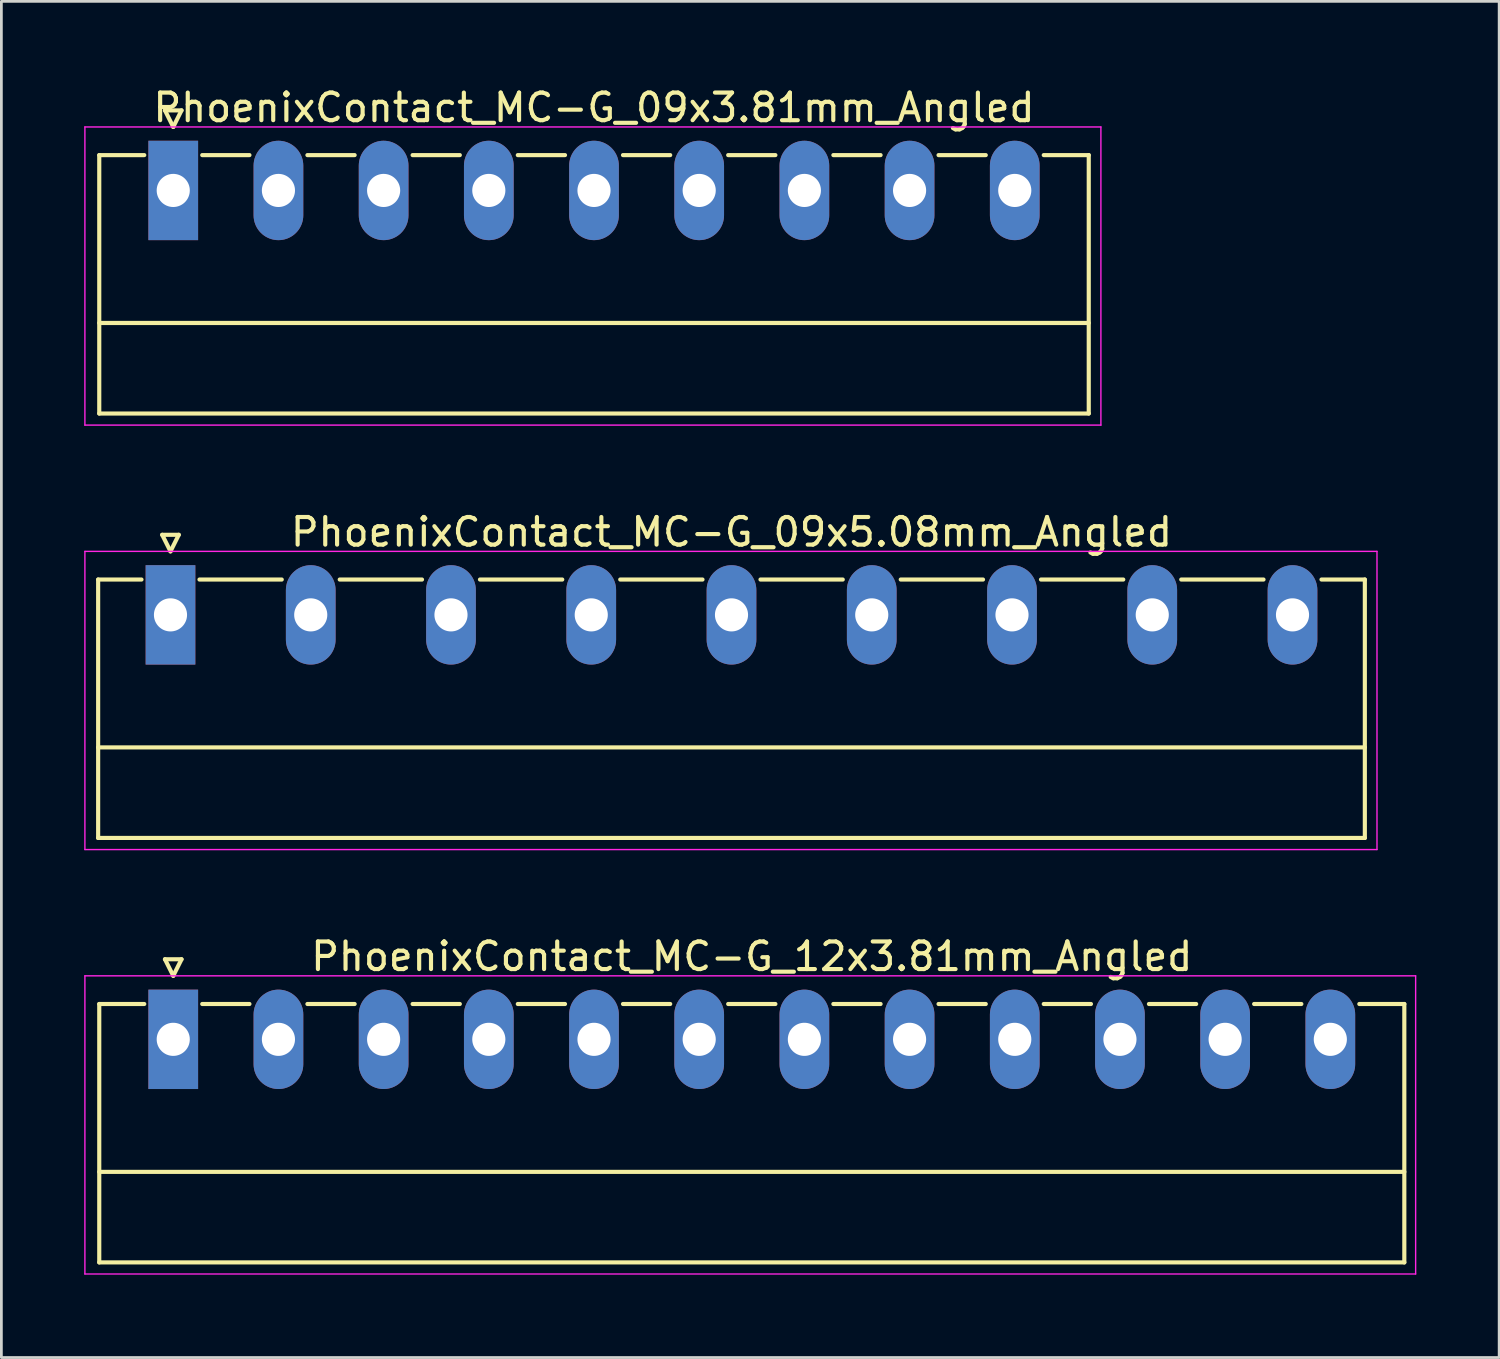
<source format=kicad_pcb>
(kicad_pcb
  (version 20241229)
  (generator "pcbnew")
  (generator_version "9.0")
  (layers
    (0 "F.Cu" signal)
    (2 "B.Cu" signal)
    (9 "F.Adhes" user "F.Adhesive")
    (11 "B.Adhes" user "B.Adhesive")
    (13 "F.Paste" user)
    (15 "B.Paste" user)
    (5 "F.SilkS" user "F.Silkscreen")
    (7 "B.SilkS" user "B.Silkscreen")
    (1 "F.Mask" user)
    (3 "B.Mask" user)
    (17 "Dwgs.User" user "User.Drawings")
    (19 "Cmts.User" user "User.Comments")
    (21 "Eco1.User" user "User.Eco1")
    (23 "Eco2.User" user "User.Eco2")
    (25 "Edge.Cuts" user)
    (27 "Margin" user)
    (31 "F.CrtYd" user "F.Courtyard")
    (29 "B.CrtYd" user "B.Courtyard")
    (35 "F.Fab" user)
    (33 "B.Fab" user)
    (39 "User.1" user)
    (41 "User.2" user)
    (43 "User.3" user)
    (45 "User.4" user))
  (footprint "PhoenixContact_MC-G_12x3.81mm_Angled"
    (layer "F.Cu")
    (at 3.225 34.595)
    (property "Reference" "PhoenixContact_MC-G_12x3.81mm_Angled" (at 20.955 -3 0) (layer "F.SilkS") (effects (font (size 1 1) (thickness 0.15))))
    (attr through_hole)
    (fp_line (start -2.68 -1.28) (end -2.68 8.08) (stroke (width 0.15) (type solid)) (layer "F.SilkS"))
    (fp_line (start -2.68 -1.28) (end -1.05 -1.28) (stroke (width 0.15) (type solid)) (layer "F.SilkS"))
    (fp_line (start -2.68 4.8) (end 44.59 4.8) (stroke (width 0.15) (type solid)) (layer "F.SilkS"))
    (fp_line (start -2.68 8.08) (end 44.59 8.08) (stroke (width 0.15) (type solid)) (layer "F.SilkS"))
    (fp_line (start -0.3 -2.9) (end 0 -2.3) (stroke (width 0.15) (type solid)) (layer "F.SilkS"))
    (fp_line (start 0 -2.3) (end 0.3 -2.9) (stroke (width 0.15) (type solid)) (layer "F.SilkS"))
    (fp_line (start 0.3 -2.9) (end -0.3 -2.9) (stroke (width 0.15) (type solid)) (layer "F.SilkS"))
    (fp_line (start 1.05 -1.28) (end 2.76 -1.28) (stroke (width 0.15) (type solid)) (layer "F.SilkS"))
    (fp_line (start 4.86 -1.28) (end 6.57 -1.28) (stroke (width 0.15) (type solid)) (layer "F.SilkS"))
    (fp_line (start 8.67 -1.28) (end 10.38 -1.28) (stroke (width 0.15) (type solid)) (layer "F.SilkS"))
    (fp_line (start 12.48 -1.28) (end 14.19 -1.28) (stroke (width 0.15) (type solid)) (layer "F.SilkS"))
    (fp_line (start 16.29 -1.28) (end 18 -1.28) (stroke (width 0.15) (type solid)) (layer "F.SilkS"))
    (fp_line (start 20.1 -1.28) (end 21.81 -1.28) (stroke (width 0.15) (type solid)) (layer "F.SilkS"))
    (fp_line (start 23.91 -1.28) (end 25.62 -1.28) (stroke (width 0.15) (type solid)) (layer "F.SilkS"))
    (fp_line (start 27.72 -1.28) (end 29.43 -1.28) (stroke (width 0.15) (type solid)) (layer "F.SilkS"))
    (fp_line (start 31.53 -1.28) (end 33.24 -1.28) (stroke (width 0.15) (type solid)) (layer "F.SilkS"))
    (fp_line (start 35.34 -1.28) (end 37.05 -1.28) (stroke (width 0.15) (type solid)) (layer "F.SilkS"))
    (fp_line (start 39.15 -1.28) (end 40.86 -1.28) (stroke (width 0.15) (type solid)) (layer "F.SilkS"))
    (fp_line (start 44.59 -1.28) (end 42.96 -1.28) (stroke (width 0.15) (type solid)) (layer "F.SilkS"))
    (fp_line (start 44.59 8.08) (end 44.59 -1.28) (stroke (width 0.15) (type solid)) (layer "F.SilkS"))
    (fp_line (start -3.2 -2.3) (end -3.2 8.5) (stroke (width 0.05) (type solid)) (layer "F.CrtYd"))
    (fp_line (start -3.2 8.5) (end 45 8.5) (stroke (width 0.05) (type solid)) (layer "F.CrtYd"))
    (fp_line (start 45 -2.3) (end -3.2 -2.3) (stroke (width 0.05) (type solid)) (layer "F.CrtYd"))
    (fp_line (start 45 8.5) (end 45 -2.3) (stroke (width 0.05) (type solid)) (layer "F.CrtYd"))
    (pad "1" thru_hole rect (at 0 0) (size 1.8 3.6) (drill 1.2) (layers "*.Cu" "*.Mask"))
    (pad "2" thru_hole oval (at 3.81 0) (size 1.8 3.6) (drill 1.2) (layers "*.Cu" "*.Mask"))
    (pad "3" thru_hole oval (at 7.62 0) (size 1.8 3.6) (drill 1.2) (layers "*.Cu" "*.Mask"))
    (pad "4" thru_hole oval (at 11.43 0) (size 1.8 3.6) (drill 1.2) (layers "*.Cu" "*.Mask"))
    (pad "5" thru_hole oval (at 15.24 0) (size 1.8 3.6) (drill 1.2) (layers "*.Cu" "*.Mask"))
    (pad "6" thru_hole oval (at 19.05 0) (size 1.8 3.6) (drill 1.2) (layers "*.Cu" "*.Mask"))
    (pad "7" thru_hole oval (at 22.86 0) (size 1.8 3.6) (drill 1.2) (layers "*.Cu" "*.Mask"))
    (pad "8" thru_hole oval (at 26.67 0) (size 1.8 3.6) (drill 1.2) (layers "*.Cu" "*.Mask"))
    (pad "9" thru_hole oval (at 30.48 0) (size 1.8 3.6) (drill 1.2) (layers "*.Cu" "*.Mask"))
    (pad "10" thru_hole oval (at 34.29 0) (size 1.8 3.6) (drill 1.2) (layers "*.Cu" "*.Mask"))
    (pad "11" thru_hole oval (at 38.1 0) (size 1.8 3.6) (drill 1.2) (layers "*.Cu" "*.Mask"))
    (pad "12" thru_hole oval (at 41.91 0) (size 1.8 3.6) (drill 1.2) (layers "*.Cu" "*.Mask")))
  (footprint "PhoenixContact_MC-G_09x5.08mm_Angled"
    (layer "F.Cu")
    (at 3.125 19.221)
    (property "Reference" "PhoenixContact_MC-G_09x5.08mm_Angled" (at 20.32 -3 0) (layer "F.SilkS") (effects (font (size 1 1) (thickness 0.15))))
    (attr through_hole)
    (fp_line (start -2.62 -1.28) (end -2.62 8.08) (stroke (width 0.15) (type solid)) (layer "F.SilkS"))
    (fp_line (start -2.62 -1.28) (end -1.05 -1.28) (stroke (width 0.15) (type solid)) (layer "F.SilkS"))
    (fp_line (start -2.62 4.8) (end 43.26 4.8) (stroke (width 0.15) (type solid)) (layer "F.SilkS"))
    (fp_line (start -2.62 8.08) (end 43.26 8.08) (stroke (width 0.15) (type solid)) (layer "F.SilkS"))
    (fp_line (start -0.3 -2.9) (end 0 -2.3) (stroke (width 0.15) (type solid)) (layer "F.SilkS"))
    (fp_line (start 0 -2.3) (end 0.3 -2.9) (stroke (width 0.15) (type solid)) (layer "F.SilkS"))
    (fp_line (start 0.3 -2.9) (end -0.3 -2.9) (stroke (width 0.15) (type solid)) (layer "F.SilkS"))
    (fp_line (start 1.05 -1.28) (end 4.03 -1.28) (stroke (width 0.15) (type solid)) (layer "F.SilkS"))
    (fp_line (start 6.13 -1.28) (end 9.11 -1.28) (stroke (width 0.15) (type solid)) (layer "F.SilkS"))
    (fp_line (start 11.21 -1.28) (end 14.19 -1.28) (stroke (width 0.15) (type solid)) (layer "F.SilkS"))
    (fp_line (start 16.29 -1.28) (end 19.27 -1.28) (stroke (width 0.15) (type solid)) (layer "F.SilkS"))
    (fp_line (start 21.37 -1.28) (end 24.35 -1.28) (stroke (width 0.15) (type solid)) (layer "F.SilkS"))
    (fp_line (start 26.45 -1.28) (end 29.43 -1.28) (stroke (width 0.15) (type solid)) (layer "F.SilkS"))
    (fp_line (start 31.53 -1.28) (end 34.51 -1.28) (stroke (width 0.15) (type solid)) (layer "F.SilkS"))
    (fp_line (start 36.61 -1.28) (end 39.59 -1.28) (stroke (width 0.15) (type solid)) (layer "F.SilkS"))
    (fp_line (start 43.26 -1.28) (end 41.69 -1.28) (stroke (width 0.15) (type solid)) (layer "F.SilkS"))
    (fp_line (start 43.26 8.08) (end 43.26 -1.28) (stroke (width 0.15) (type solid)) (layer "F.SilkS"))
    (fp_line (start -3.1 -2.3) (end -3.1 8.5) (stroke (width 0.05) (type solid)) (layer "F.CrtYd"))
    (fp_line (start -3.1 8.5) (end 43.7 8.5) (stroke (width 0.05) (type solid)) (layer "F.CrtYd"))
    (fp_line (start 43.7 -2.3) (end -3.1 -2.3) (stroke (width 0.05) (type solid)) (layer "F.CrtYd"))
    (fp_line (start 43.7 8.5) (end 43.7 -2.3) (stroke (width 0.05) (type solid)) (layer "F.CrtYd"))
    (pad "1" thru_hole rect (at 0 0) (size 1.8 3.6) (drill 1.2) (layers "*.Cu" "*.Mask"))
    (pad "2" thru_hole oval (at 5.08 0) (size 1.8 3.6) (drill 1.2) (layers "*.Cu" "*.Mask"))
    (pad "3" thru_hole oval (at 10.16 0) (size 1.8 3.6) (drill 1.2) (layers "*.Cu" "*.Mask"))
    (pad "4" thru_hole oval (at 15.24 0) (size 1.8 3.6) (drill 1.2) (layers "*.Cu" "*.Mask"))
    (pad "5" thru_hole oval (at 20.32 0) (size 1.8 3.6) (drill 1.2) (layers "*.Cu" "*.Mask"))
    (pad "6" thru_hole oval (at 25.4 0) (size 1.8 3.6) (drill 1.2) (layers "*.Cu" "*.Mask"))
    (pad "7" thru_hole oval (at 30.48 0) (size 1.8 3.6) (drill 1.2) (layers "*.Cu" "*.Mask"))
    (pad "8" thru_hole oval (at 35.56 0) (size 1.8 3.6) (drill 1.2) (layers "*.Cu" "*.Mask"))
    (pad "9" thru_hole oval (at 40.64 0) (size 1.8 3.6) (drill 1.2) (layers "*.Cu" "*.Mask")))
  (footprint "PhoenixContact_MC-G_09x3.81mm_Angled"
    (layer "F.Cu")
    (at 3.225 3.848)
    (property "Reference" "PhoenixContact_MC-G_09x3.81mm_Angled" (at 15.24 -3 0) (layer "F.SilkS") (effects (font (size 1 1) (thickness 0.15))))
    (attr through_hole)
    (fp_line (start -2.68 -1.28) (end -2.68 8.08) (stroke (width 0.15) (type solid)) (layer "F.SilkS"))
    (fp_line (start -2.68 -1.28) (end -1.05 -1.28) (stroke (width 0.15) (type solid)) (layer "F.SilkS"))
    (fp_line (start -2.68 4.8) (end 33.16 4.8) (stroke (width 0.15) (type solid)) (layer "F.SilkS"))
    (fp_line (start -2.68 8.08) (end 33.16 8.08) (stroke (width 0.15) (type solid)) (layer "F.SilkS"))
    (fp_line (start -0.3 -2.9) (end 0 -2.3) (stroke (width 0.15) (type solid)) (layer "F.SilkS"))
    (fp_line (start 0 -2.3) (end 0.3 -2.9) (stroke (width 0.15) (type solid)) (layer "F.SilkS"))
    (fp_line (start 0.3 -2.9) (end -0.3 -2.9) (stroke (width 0.15) (type solid)) (layer "F.SilkS"))
    (fp_line (start 1.05 -1.28) (end 2.76 -1.28) (stroke (width 0.15) (type solid)) (layer "F.SilkS"))
    (fp_line (start 4.86 -1.28) (end 6.57 -1.28) (stroke (width 0.15) (type solid)) (layer "F.SilkS"))
    (fp_line (start 8.67 -1.28) (end 10.38 -1.28) (stroke (width 0.15) (type solid)) (layer "F.SilkS"))
    (fp_line (start 12.48 -1.28) (end 14.19 -1.28) (stroke (width 0.15) (type solid)) (layer "F.SilkS"))
    (fp_line (start 16.29 -1.28) (end 18 -1.28) (stroke (width 0.15) (type solid)) (layer "F.SilkS"))
    (fp_line (start 20.1 -1.28) (end 21.81 -1.28) (stroke (width 0.15) (type solid)) (layer "F.SilkS"))
    (fp_line (start 23.91 -1.28) (end 25.62 -1.28) (stroke (width 0.15) (type solid)) (layer "F.SilkS"))
    (fp_line (start 27.72 -1.28) (end 29.43 -1.28) (stroke (width 0.15) (type solid)) (layer "F.SilkS"))
    (fp_line (start 33.16 -1.28) (end 31.53 -1.28) (stroke (width 0.15) (type solid)) (layer "F.SilkS"))
    (fp_line (start 33.16 8.08) (end 33.16 -1.28) (stroke (width 0.15) (type solid)) (layer "F.SilkS"))
    (fp_line (start -3.2 -2.3) (end -3.2 8.5) (stroke (width 0.05) (type solid)) (layer "F.CrtYd"))
    (fp_line (start -3.2 8.5) (end 33.6 8.5) (stroke (width 0.05) (type solid)) (layer "F.CrtYd"))
    (fp_line (start 33.6 -2.3) (end -3.2 -2.3) (stroke (width 0.05) (type solid)) (layer "F.CrtYd"))
    (fp_line (start 33.6 8.5) (end 33.6 -2.3) (stroke (width 0.05) (type solid)) (layer "F.CrtYd"))
    (pad "1" thru_hole rect (at 0 0) (size 1.8 3.6) (drill 1.2) (layers "*.Cu" "*.Mask"))
    (pad "2" thru_hole oval (at 3.81 0) (size 1.8 3.6) (drill 1.2) (layers "*.Cu" "*.Mask"))
    (pad "3" thru_hole oval (at 7.62 0) (size 1.8 3.6) (drill 1.2) (layers "*.Cu" "*.Mask"))
    (pad "4" thru_hole oval (at 11.43 0) (size 1.8 3.6) (drill 1.2) (layers "*.Cu" "*.Mask"))
    (pad "5" thru_hole oval (at 15.24 0) (size 1.8 3.6) (drill 1.2) (layers "*.Cu" "*.Mask"))
    (pad "6" thru_hole oval (at 19.05 0) (size 1.8 3.6) (drill 1.2) (layers "*.Cu" "*.Mask"))
    (pad "7" thru_hole oval (at 22.86 0) (size 1.8 3.6) (drill 1.2) (layers "*.Cu" "*.Mask"))
    (pad "8" thru_hole oval (at 26.67 0) (size 1.8 3.6) (drill 1.2) (layers "*.Cu" "*.Mask"))
    (pad "9" thru_hole oval (at 30.48 0) (size 1.8 3.6) (drill 1.2) (layers "*.Cu" "*.Mask")))
  (gr_rect
    (start -3 -3)
    (end 51.25 46.12)
    (stroke (width 0.1) (type default))
    (fill no)
    (layer "Edge.Cuts")))
</source>
